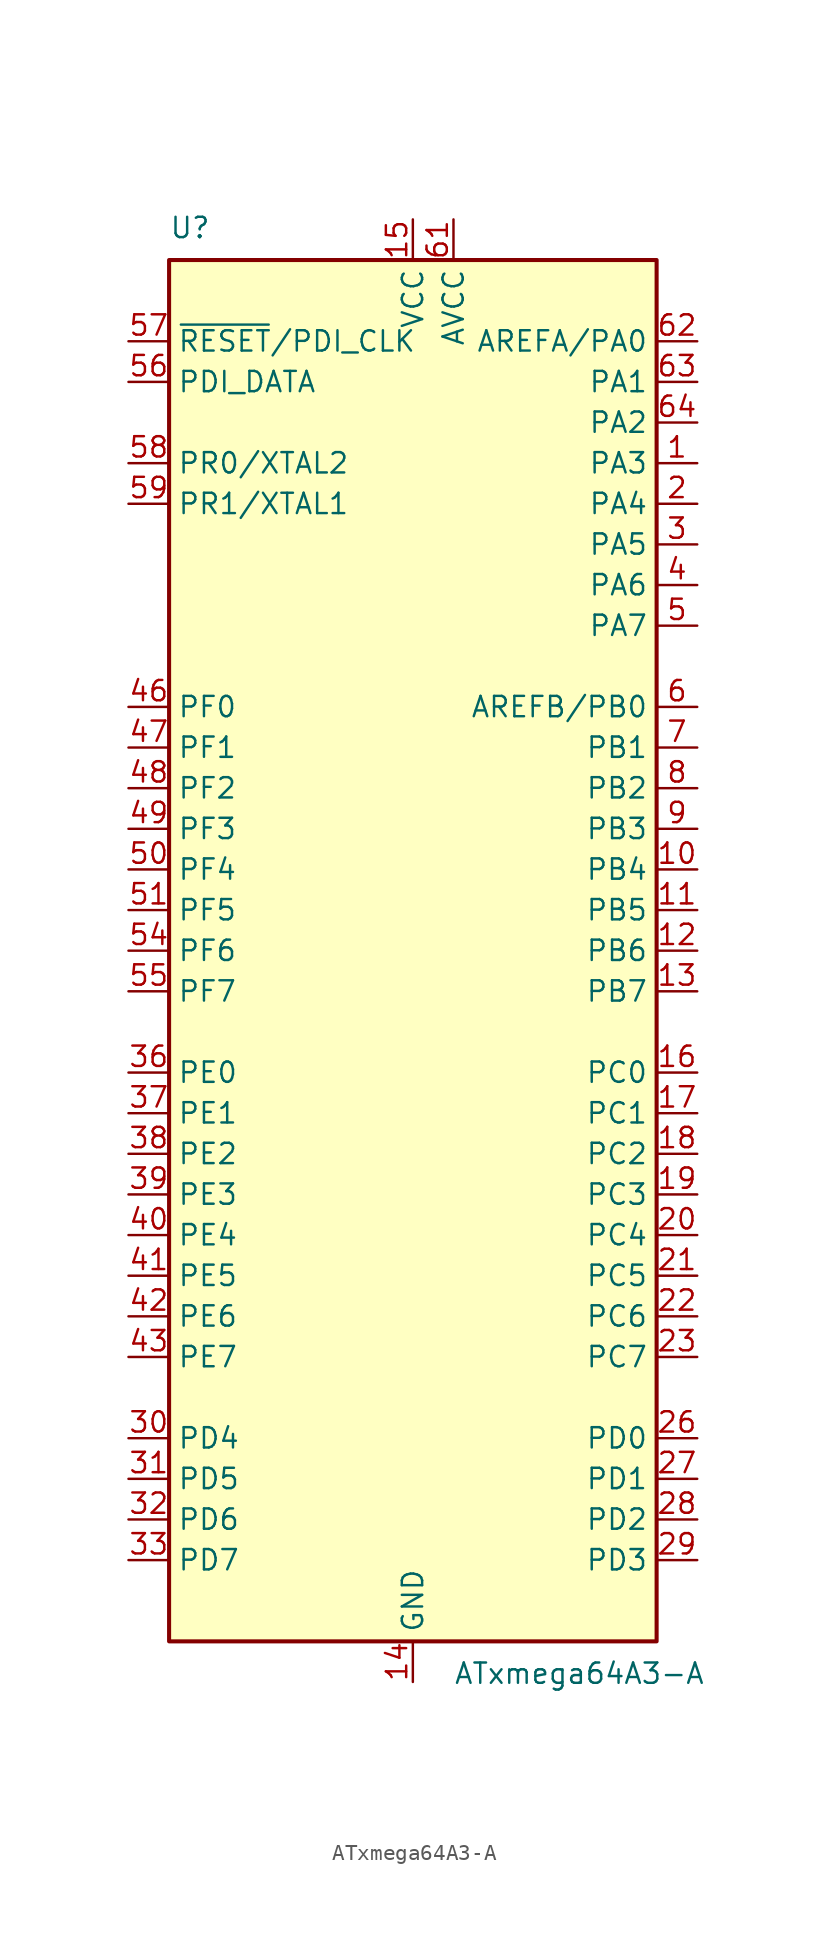
<source format=kicad_sym>
(kicad_symbol_lib
  (version 20211014)
  (generator kicad_symbol_editor)
  (symbol "ATxmega64A3-A"
    (property "Reference" "U"
      (at -15.24 44.45 0)
      (effects (font (size 1.27 1.27)) (justify left bottom)))
    (property "Value" "ATxmega64A3-A"
      (at 2.54 -44.45 0)
      (effects (font (size 1.27 1.27)) (justify left top)))
    (symbol "ATxmega64A3-A_0_1"
      (rectangle (start -15.24 -43.18) (end 15.24 43.18) (stroke (width 0.254) (type default) (color 0 0 0 0)) (fill (type background))))
    (symbol "ATxmega64A3-A_1_1"
      (pin bidirectional line (at 17.78 30.48 180) (length 2.54) (name "PA3" (effects (font (size 1.27 1.27)))) (number "1" (effects (font (size 1.27 1.27)))))
      (pin bidirectional line (at 17.78 5.08 180) (length 2.54) (name "PB4" (effects (font (size 1.27 1.27)))) (number "10" (effects (font (size 1.27 1.27)))))
      (pin bidirectional line (at 17.78 2.54 180) (length 2.54) (name "PB5" (effects (font (size 1.27 1.27)))) (number "11" (effects (font (size 1.27 1.27)))))
      (pin bidirectional line (at 17.78 0 180) (length 2.54) (name "PB6" (effects (font (size 1.27 1.27)))) (number "12" (effects (font (size 1.27 1.27)))))
      (pin bidirectional line (at 17.78 -2.54 180) (length 2.54) (name "PB7" (effects (font (size 1.27 1.27)))) (number "13" (effects (font (size 1.27 1.27)))))
      (pin power_in line (at 0 -45.72 90) (length 2.54) (name "GND" (effects (font (size 1.27 1.27)))) (number "14" (effects (font (size 1.27 1.27)))))
      (pin power_in line (at 0 45.72 270) (length 2.54) (name "VCC" (effects (font (size 1.27 1.27)))) (number "15" (effects (font (size 1.27 1.27)))))
      (pin bidirectional line (at 17.78 -7.62 180) (length 2.54) (name "PC0" (effects (font (size 1.27 1.27)))) (number "16" (effects (font (size 1.27 1.27)))))
      (pin bidirectional line (at 17.78 -10.16 180) (length 2.54) (name "PC1" (effects (font (size 1.27 1.27)))) (number "17" (effects (font (size 1.27 1.27)))))
      (pin bidirectional line (at 17.78 -12.7 180) (length 2.54) (name "PC2" (effects (font (size 1.27 1.27)))) (number "18" (effects (font (size 1.27 1.27)))))
      (pin bidirectional line (at 17.78 -15.24 180) (length 2.54) (name "PC3" (effects (font (size 1.27 1.27)))) (number "19" (effects (font (size 1.27 1.27)))))
      (pin bidirectional line (at 17.78 27.94 180) (length 2.54) (name "PA4" (effects (font (size 1.27 1.27)))) (number "2" (effects (font (size 1.27 1.27)))))
      (pin bidirectional line (at 17.78 -17.78 180) (length 2.54) (name "PC4" (effects (font (size 1.27 1.27)))) (number "20" (effects (font (size 1.27 1.27)))))
      (pin bidirectional line (at 17.78 -20.32 180) (length 2.54) (name "PC5" (effects (font (size 1.27 1.27)))) (number "21" (effects (font (size 1.27 1.27)))))
      (pin bidirectional line (at 17.78 -22.86 180) (length 2.54) (name "PC6" (effects (font (size 1.27 1.27)))) (number "22" (effects (font (size 1.27 1.27)))))
      (pin bidirectional line (at 17.78 -25.4 180) (length 2.54) (name "PC7" (effects (font (size 1.27 1.27)))) (number "23" (effects (font (size 1.27 1.27)))))
      (pin passive line (at 0 -45.72 90) (length 2.54) hide (name "GND" (effects (font (size 1.27 1.27)))) (number "24" (effects (font (size 1.27 1.27)))))
      (pin passive line (at 0 45.72 270) (length 2.54) hide (name "VCC" (effects (font (size 1.27 1.27)))) (number "25" (effects (font (size 1.27 1.27)))))
      (pin bidirectional line (at 17.78 -30.48 180) (length 2.54) (name "PD0" (effects (font (size 1.27 1.27)))) (number "26" (effects (font (size 1.27 1.27)))))
      (pin bidirectional line (at 17.78 -33.02 180) (length 2.54) (name "PD1" (effects (font (size 1.27 1.27)))) (number "27" (effects (font (size 1.27 1.27)))))
      (pin bidirectional line (at 17.78 -35.56 180) (length 2.54) (name "PD2" (effects (font (size 1.27 1.27)))) (number "28" (effects (font (size 1.27 1.27)))))
      (pin bidirectional line (at 17.78 -38.1 180) (length 2.54) (name "PD3" (effects (font (size 1.27 1.27)))) (number "29" (effects (font (size 1.27 1.27)))))
      (pin bidirectional line (at 17.78 25.4 180) (length 2.54) (name "PA5" (effects (font (size 1.27 1.27)))) (number "3" (effects (font (size 1.27 1.27)))))
      (pin bidirectional line (at -17.78 -30.48 0) (length 2.54) (name "PD4" (effects (font (size 1.27 1.27)))) (number "30" (effects (font (size 1.27 1.27)))))
      (pin bidirectional line (at -17.78 -33.02 0) (length 2.54) (name "PD5" (effects (font (size 1.27 1.27)))) (number "31" (effects (font (size 1.27 1.27)))))
      (pin bidirectional line (at -17.78 -35.56 0) (length 2.54) (name "PD6" (effects (font (size 1.27 1.27)))) (number "32" (effects (font (size 1.27 1.27)))))
      (pin bidirectional line (at -17.78 -38.1 0) (length 2.54) (name "PD7" (effects (font (size 1.27 1.27)))) (number "33" (effects (font (size 1.27 1.27)))))
      (pin passive line (at 0 -45.72 90) (length 2.54) hide (name "GND" (effects (font (size 1.27 1.27)))) (number "34" (effects (font (size 1.27 1.27)))))
      (pin passive line (at 0 45.72 270) (length 2.54) hide (name "VCC" (effects (font (size 1.27 1.27)))) (number "35" (effects (font (size 1.27 1.27)))))
      (pin bidirectional line (at -17.78 -7.62 0) (length 2.54) (name "PE0" (effects (font (size 1.27 1.27)))) (number "36" (effects (font (size 1.27 1.27)))))
      (pin bidirectional line (at -17.78 -10.16 0) (length 2.54) (name "PE1" (effects (font (size 1.27 1.27)))) (number "37" (effects (font (size 1.27 1.27)))))
      (pin bidirectional line (at -17.78 -12.7 0) (length 2.54) (name "PE2" (effects (font (size 1.27 1.27)))) (number "38" (effects (font (size 1.27 1.27)))))
      (pin bidirectional line (at -17.78 -15.24 0) (length 2.54) (name "PE3" (effects (font (size 1.27 1.27)))) (number "39" (effects (font (size 1.27 1.27)))))
      (pin bidirectional line (at 17.78 22.86 180) (length 2.54) (name "PA6" (effects (font (size 1.27 1.27)))) (number "4" (effects (font (size 1.27 1.27)))))
      (pin bidirectional line (at -17.78 -17.78 0) (length 2.54) (name "PE4" (effects (font (size 1.27 1.27)))) (number "40" (effects (font (size 1.27 1.27)))))
      (pin bidirectional line (at -17.78 -20.32 0) (length 2.54) (name "PE5" (effects (font (size 1.27 1.27)))) (number "41" (effects (font (size 1.27 1.27)))))
      (pin bidirectional line (at -17.78 -22.86 0) (length 2.54) (name "PE6" (effects (font (size 1.27 1.27)))) (number "42" (effects (font (size 1.27 1.27)))))
      (pin bidirectional line (at -17.78 -25.4 0) (length 2.54) (name "PE7" (effects (font (size 1.27 1.27)))) (number "43" (effects (font (size 1.27 1.27)))))
      (pin passive line (at 0 -45.72 90) (length 2.54) hide (name "GND" (effects (font (size 1.27 1.27)))) (number "44" (effects (font (size 1.27 1.27)))))
      (pin passive line (at 0 45.72 270) (length 2.54) hide (name "VCC" (effects (font (size 1.27 1.27)))) (number "45" (effects (font (size 1.27 1.27)))))
      (pin bidirectional line (at -17.78 15.24 0) (length 2.54) (name "PF0" (effects (font (size 1.27 1.27)))) (number "46" (effects (font (size 1.27 1.27)))))
      (pin bidirectional line (at -17.78 12.7 0) (length 2.54) (name "PF1" (effects (font (size 1.27 1.27)))) (number "47" (effects (font (size 1.27 1.27)))))
      (pin bidirectional line (at -17.78 10.16 0) (length 2.54) (name "PF2" (effects (font (size 1.27 1.27)))) (number "48" (effects (font (size 1.27 1.27)))))
      (pin bidirectional line (at -17.78 7.62 0) (length 2.54) (name "PF3" (effects (font (size 1.27 1.27)))) (number "49" (effects (font (size 1.27 1.27)))))
      (pin bidirectional line (at 17.78 20.32 180) (length 2.54) (name "PA7" (effects (font (size 1.27 1.27)))) (number "5" (effects (font (size 1.27 1.27)))))
      (pin bidirectional line (at -17.78 5.08 0) (length 2.54) (name "PF4" (effects (font (size 1.27 1.27)))) (number "50" (effects (font (size 1.27 1.27)))))
      (pin bidirectional line (at -17.78 2.54 0) (length 2.54) (name "PF5" (effects (font (size 1.27 1.27)))) (number "51" (effects (font (size 1.27 1.27)))))
      (pin passive line (at 0 -45.72 90) (length 2.54) hide (name "GND" (effects (font (size 1.27 1.27)))) (number "52" (effects (font (size 1.27 1.27)))))
      (pin passive line (at 0 45.72 270) (length 2.54) hide (name "VCC" (effects (font (size 1.27 1.27)))) (number "53" (effects (font (size 1.27 1.27)))))
      (pin bidirectional line (at -17.78 0 0) (length 2.54) (name "PF6" (effects (font (size 1.27 1.27)))) (number "54" (effects (font (size 1.27 1.27)))))
      (pin bidirectional line (at -17.78 -2.54 0) (length 2.54) (name "PF7" (effects (font (size 1.27 1.27)))) (number "55" (effects (font (size 1.27 1.27)))))
      (pin bidirectional line (at -17.78 35.56 0) (length 2.54) (name "PDI_DATA" (effects (font (size 1.27 1.27)))) (number "56" (effects (font (size 1.27 1.27)))))
      (pin input line (at -17.78 38.1 0) (length 2.54) (name "~{RESET}/PDI_CLK" (effects (font (size 1.27 1.27)))) (number "57" (effects (font (size 1.27 1.27)))))
      (pin bidirectional line (at -17.78 30.48 0) (length 2.54) (name "PR0/XTAL2" (effects (font (size 1.27 1.27)))) (number "58" (effects (font (size 1.27 1.27)))))
      (pin bidirectional line (at -17.78 27.94 0) (length 2.54) (name "PR1/XTAL1" (effects (font (size 1.27 1.27)))) (number "59" (effects (font (size 1.27 1.27)))))
      (pin bidirectional line (at 17.78 15.24 180) (length 2.54) (name "AREFB/PB0" (effects (font (size 1.27 1.27)))) (number "6" (effects (font (size 1.27 1.27)))))
      (pin passive line (at 0 -45.72 90) (length 2.54) hide (name "GND" (effects (font (size 1.27 1.27)))) (number "60" (effects (font (size 1.27 1.27)))))
      (pin power_in line (at 2.54 45.72 270) (length 2.54) (name "AVCC" (effects (font (size 1.27 1.27)))) (number "61" (effects (font (size 1.27 1.27)))))
      (pin bidirectional line (at 17.78 38.1 180) (length 2.54) (name "AREFA/PA0" (effects (font (size 1.27 1.27)))) (number "62" (effects (font (size 1.27 1.27)))))
      (pin bidirectional line (at 17.78 35.56 180) (length 2.54) (name "PA1" (effects (font (size 1.27 1.27)))) (number "63" (effects (font (size 1.27 1.27)))))
      (pin bidirectional line (at 17.78 33.02 180) (length 2.54) (name "PA2" (effects (font (size 1.27 1.27)))) (number "64" (effects (font (size 1.27 1.27)))))
      (pin bidirectional line (at 17.78 12.7 180) (length 2.54) (name "PB1" (effects (font (size 1.27 1.27)))) (number "7" (effects (font (size 1.27 1.27)))))
      (pin bidirectional line (at 17.78 10.16 180) (length 2.54) (name "PB2" (effects (font (size 1.27 1.27)))) (number "8" (effects (font (size 1.27 1.27)))))
      (pin bidirectional line (at 17.78 7.62 180) (length 2.54) (name "PB3" (effects (font (size 1.27 1.27)))) (number "9" (effects (font (size 1.27 1.27))))))))
</source>
